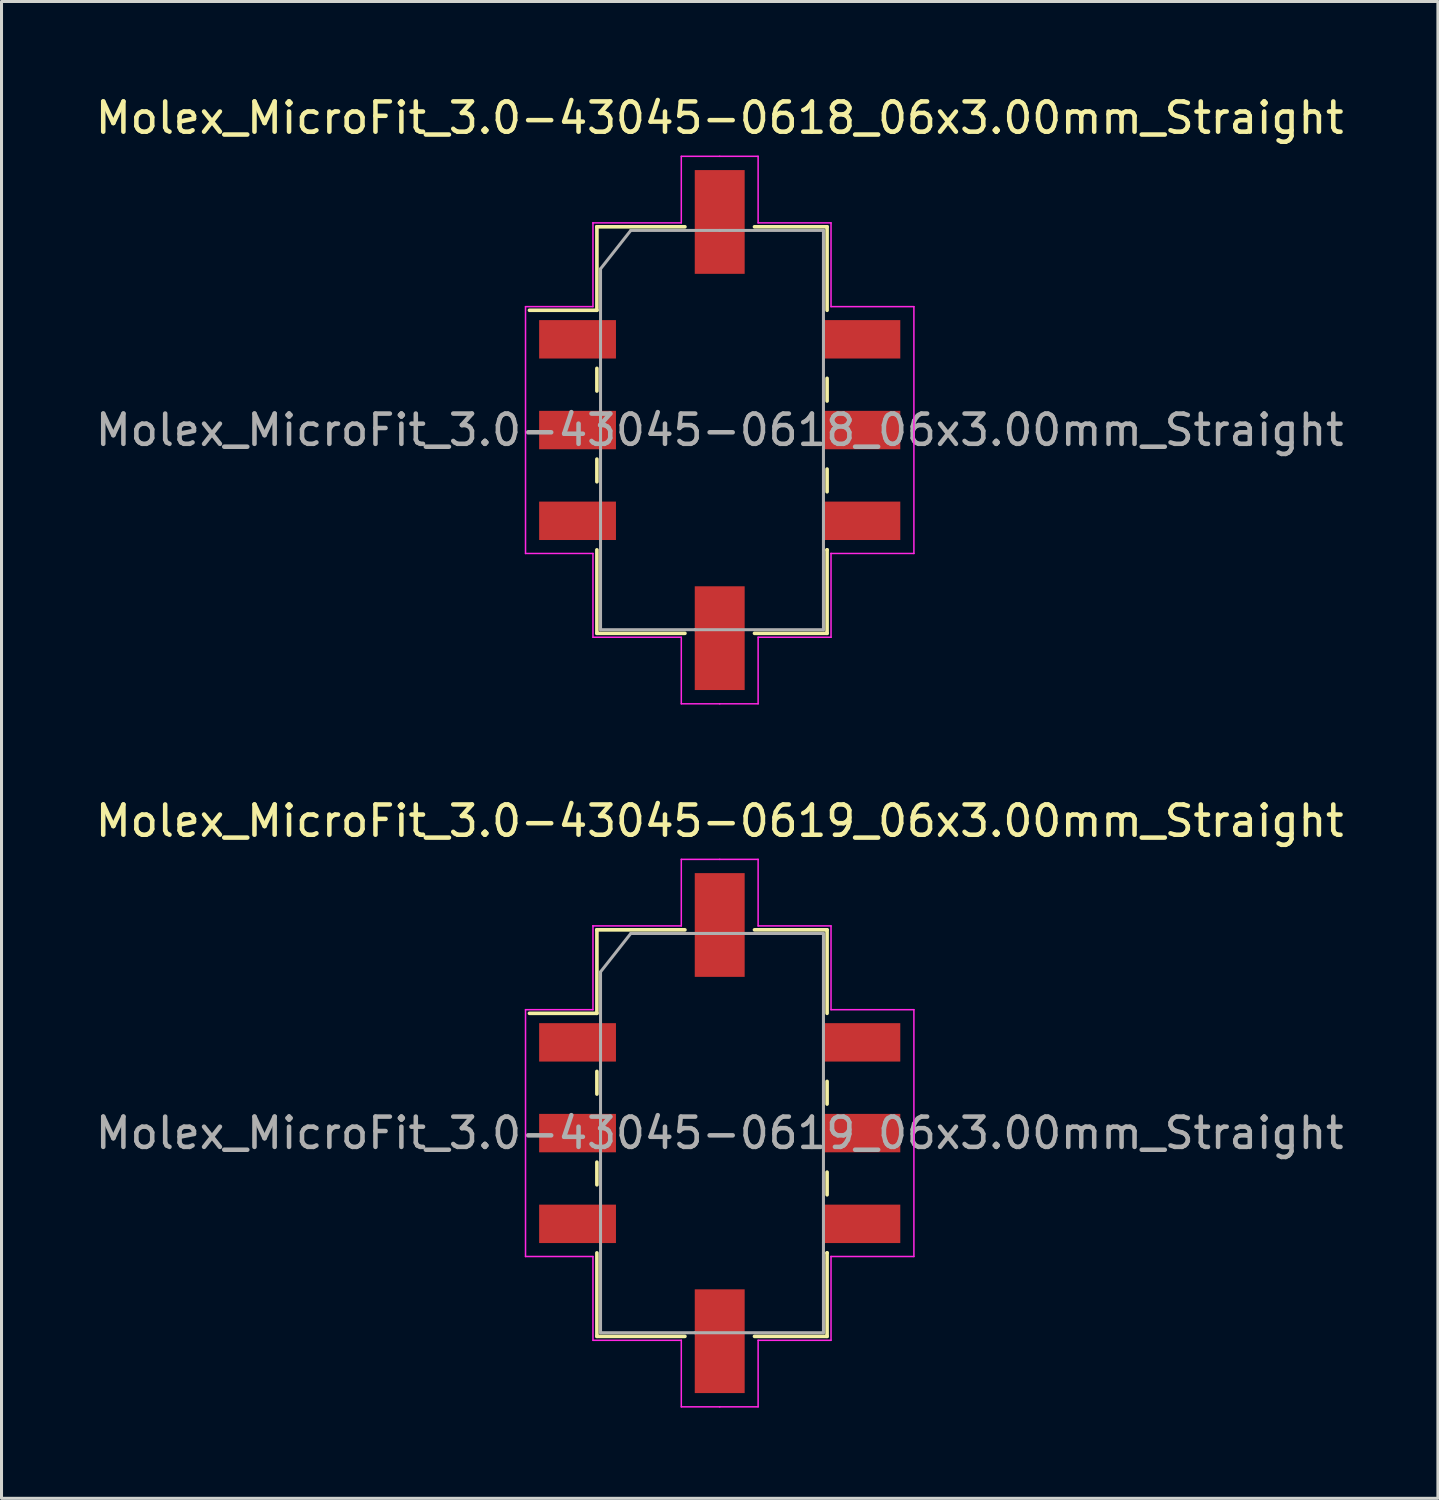
<source format=kicad_pcb>
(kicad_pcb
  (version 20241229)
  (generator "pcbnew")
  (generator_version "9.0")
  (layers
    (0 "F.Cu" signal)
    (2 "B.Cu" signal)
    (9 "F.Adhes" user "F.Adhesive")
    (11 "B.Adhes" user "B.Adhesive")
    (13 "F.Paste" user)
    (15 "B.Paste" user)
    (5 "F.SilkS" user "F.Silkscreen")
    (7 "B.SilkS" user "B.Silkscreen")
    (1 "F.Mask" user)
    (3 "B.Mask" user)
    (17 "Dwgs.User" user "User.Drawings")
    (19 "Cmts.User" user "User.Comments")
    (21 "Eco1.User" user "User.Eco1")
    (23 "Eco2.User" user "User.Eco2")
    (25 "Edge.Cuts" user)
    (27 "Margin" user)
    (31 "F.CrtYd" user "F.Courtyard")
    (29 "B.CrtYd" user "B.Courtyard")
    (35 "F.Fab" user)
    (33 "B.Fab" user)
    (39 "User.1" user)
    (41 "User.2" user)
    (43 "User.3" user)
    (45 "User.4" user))
  (footprint "Molex_MicroFit_3.0-43045-0619_06x3.00mm_Straight"
    (layer "F.Cu")
    (at 20.744 34.411)
    (property "Reference" "Molex_MicroFit_3.0-43045-0619_06x3.00mm_Straight" (at 0 -10.32 0) (layer "F.SilkS") (effects (font (size 1 1) (thickness 0.15))))
    (attr smd)
    (fp_line (start -6.29 -3.96) (end -4.06 -3.96) (stroke (width 0.12) (type solid)) (layer "F.SilkS"))
    (fp_line (start -4.06 -6.72) (end -4.06 -6.72) (stroke (width 0.12) (type solid)) (layer "F.SilkS"))
    (fp_line (start -4.06 -6.72) (end -1.15 -6.72) (stroke (width 0.12) (type solid)) (layer "F.SilkS"))
    (fp_line (start -4.06 -3.96) (end -4.06 -6.72) (stroke (width 0.12) (type solid)) (layer "F.SilkS"))
    (fp_line (start -4.06 -2.04) (end -4.06 -1.29) (stroke (width 0.12) (type solid)) (layer "F.SilkS"))
    (fp_line (start -4.06 0.96) (end -4.06 1.71) (stroke (width 0.12) (type solid)) (layer "F.SilkS"))
    (fp_line (start -4.06 6.72) (end -4.06 3.96) (stroke (width 0.12) (type solid)) (layer "F.SilkS"))
    (fp_line (start -1.15 6.72) (end -4.06 6.72) (stroke (width 0.12) (type solid)) (layer "F.SilkS"))
    (fp_line (start 1.15 -6.72) (end 3.55 -6.72) (stroke (width 0.12) (type solid)) (layer "F.SilkS"))
    (fp_line (start 3.55 -6.72) (end 3.55 -3.96) (stroke (width 0.12) (type solid)) (layer "F.SilkS"))
    (fp_line (start 3.55 -0.96) (end 3.55 -1.71) (stroke (width 0.12) (type solid)) (layer "F.SilkS"))
    (fp_line (start 3.55 2.04) (end 3.55 1.29) (stroke (width 0.12) (type solid)) (layer "F.SilkS"))
    (fp_line (start 3.55 3.96) (end 3.55 3.96) (stroke (width 0.12) (type solid)) (layer "F.SilkS"))
    (fp_line (start 3.55 3.96) (end 3.55 6.72) (stroke (width 0.12) (type solid)) (layer "F.SilkS"))
    (fp_line (start 3.55 6.72) (end 1.15 6.72) (stroke (width 0.12) (type solid)) (layer "F.SilkS"))
    (fp_line (start -6.42 -4.08) (end -4.19 -4.08) (stroke (width 0.05) (type solid)) (layer "F.CrtYd"))
    (fp_line (start -6.42 4.08) (end -6.42 -4.08) (stroke (width 0.05) (type solid)) (layer "F.CrtYd"))
    (fp_line (start -4.19 -6.85) (end -4.19 -6.85) (stroke (width 0.05) (type solid)) (layer "F.CrtYd"))
    (fp_line (start -4.19 -6.85) (end -1.27 -6.85) (stroke (width 0.05) (type solid)) (layer "F.CrtYd"))
    (fp_line (start -4.19 -4.08) (end -4.19 -6.85) (stroke (width 0.05) (type solid)) (layer "F.CrtYd"))
    (fp_line (start -4.19 4.08) (end -6.42 4.08) (stroke (width 0.05) (type solid)) (layer "F.CrtYd"))
    (fp_line (start -4.19 6.85) (end -4.19 4.08) (stroke (width 0.05) (type solid)) (layer "F.CrtYd"))
    (fp_line (start -1.27 -9.05) (end 0 -9.05) (stroke (width 0.05) (type solid)) (layer "F.CrtYd"))
    (fp_line (start -1.27 -6.85) (end -1.27 -9.05) (stroke (width 0.05) (type solid)) (layer "F.CrtYd"))
    (fp_line (start -1.27 6.85) (end -4.19 6.85) (stroke (width 0.05) (type solid)) (layer "F.CrtYd"))
    (fp_line (start -1.27 9.05) (end -1.27 6.85) (stroke (width 0.05) (type solid)) (layer "F.CrtYd"))
    (fp_line (start 0 -9.05) (end 1.27 -9.05) (stroke (width 0.05) (type solid)) (layer "F.CrtYd"))
    (fp_line (start 0 9.05) (end -1.27 9.05) (stroke (width 0.05) (type solid)) (layer "F.CrtYd"))
    (fp_line (start 1.27 -9.05) (end 1.27 -6.85) (stroke (width 0.05) (type solid)) (layer "F.CrtYd"))
    (fp_line (start 1.27 -6.85) (end 3.68 -6.85) (stroke (width 0.05) (type solid)) (layer "F.CrtYd"))
    (fp_line (start 1.27 6.85) (end 1.27 9.05) (stroke (width 0.05) (type solid)) (layer "F.CrtYd"))
    (fp_line (start 1.27 9.05) (end 0 9.05) (stroke (width 0.05) (type solid)) (layer "F.CrtYd"))
    (fp_line (start 3.68 -6.85) (end 3.68 -4.08) (stroke (width 0.05) (type solid)) (layer "F.CrtYd"))
    (fp_line (start 3.68 -4.08) (end 6.42 -4.08) (stroke (width 0.05) (type solid)) (layer "F.CrtYd"))
    (fp_line (start 3.68 4.08) (end 3.68 4.08) (stroke (width 0.05) (type solid)) (layer "F.CrtYd"))
    (fp_line (start 3.68 4.08) (end 3.68 6.85) (stroke (width 0.05) (type solid)) (layer "F.CrtYd"))
    (fp_line (start 3.68 6.85) (end 1.27 6.85) (stroke (width 0.05) (type solid)) (layer "F.CrtYd"))
    (fp_line (start 6.42 -4.08) (end 6.42 4.08) (stroke (width 0.05) (type solid)) (layer "F.CrtYd"))
    (fp_line (start 6.42 4.08) (end 3.68 4.08) (stroke (width 0.05) (type solid)) (layer "F.CrtYd"))
    (fp_line (start -3.94 -5.33) (end -2.94 -6.6) (stroke (width 0.1) (type solid)) (layer "F.Fab"))
    (fp_line (start -3.94 3.63) (end -3.94 -5.33) (stroke (width 0.1) (type solid)) (layer "F.Fab"))
    (fp_line (start -3.94 6.6) (end -3.94 3.63) (stroke (width 0.1) (type solid)) (layer "F.Fab"))
    (fp_line (start -2.94 -6.6) (end 0 -6.6) (stroke (width 0.1) (type solid)) (layer "F.Fab"))
    (fp_line (start -0.82 6.6) (end -3.94 6.6) (stroke (width 0.1) (type solid)) (layer "F.Fab"))
    (fp_line (start 0 -6.6) (end 3.43 -6.6) (stroke (width 0.1) (type solid)) (layer "F.Fab"))
    (fp_line (start 3.43 -6.6) (end 3.43 -3.63) (stroke (width 0.1) (type solid)) (layer "F.Fab"))
    (fp_line (start 3.43 -3.63) (end 3.43 3.63) (stroke (width 0.1) (type solid)) (layer "F.Fab"))
    (fp_line (start 3.43 3.63) (end 3.43 6.6) (stroke (width 0.1) (type solid)) (layer "F.Fab"))
    (fp_line (start 3.43 6.6) (end -0.82 6.6) (stroke (width 0.1) (type solid)) (layer "F.Fab"))
    (fp_text user "${REFERENCE}" (at 0 0 0) (layer "F.Fab") (effects (font (size 1 1) (thickness 0.15))))
    (pad "" smd rect (at 0 -6.88) (size 1.65 3.43) (layers "F.Cu" "F.Mask" "F.Paste"))
    (pad "" smd rect (at 0 6.88) (size 1.65 3.43) (layers "F.Cu" "F.Mask" "F.Paste"))
    (pad "1" smd rect (at -4.7 -3) (size 2.54 1.27) (layers "F.Cu" "F.Mask" "F.Paste"))
    (pad "2" smd rect (at -4.7 0) (size 2.54 1.27) (layers "F.Cu" "F.Mask" "F.Paste"))
    (pad "3" smd rect (at -4.7 3) (size 2.54 1.27) (layers "F.Cu" "F.Mask" "F.Paste"))
    (pad "4" smd rect (at 4.7 3) (size 2.54 1.27) (layers "F.Cu" "F.Mask" "F.Paste"))
    (pad "5" smd rect (at 4.7 0) (size 2.54 1.27) (layers "F.Cu" "F.Mask" "F.Paste"))
    (pad "6" smd rect (at 4.7 -3) (size 2.54 1.27) (layers "F.Cu" "F.Mask" "F.Paste")))
  (footprint "Molex_MicroFit_3.0-43045-0618_06x3.00mm_Straight"
    (layer "F.Cu")
    (at 20.744 11.168)
    (property "Reference" "Molex_MicroFit_3.0-43045-0618_06x3.00mm_Straight" (at 0 -10.32 0) (layer "F.SilkS") (effects (font (size 1 1) (thickness 0.15))))
    (attr smd)
    (fp_line (start -6.29 -3.96) (end -4.06 -3.96) (stroke (width 0.12) (type solid)) (layer "F.SilkS"))
    (fp_line (start -4.06 -6.72) (end -4.06 -6.72) (stroke (width 0.12) (type solid)) (layer "F.SilkS"))
    (fp_line (start -4.06 -6.72) (end -1.15 -6.72) (stroke (width 0.12) (type solid)) (layer "F.SilkS"))
    (fp_line (start -4.06 -3.96) (end -4.06 -6.72) (stroke (width 0.12) (type solid)) (layer "F.SilkS"))
    (fp_line (start -4.06 -2.04) (end -4.06 -1.29) (stroke (width 0.12) (type solid)) (layer "F.SilkS"))
    (fp_line (start -4.06 0.96) (end -4.06 1.71) (stroke (width 0.12) (type solid)) (layer "F.SilkS"))
    (fp_line (start -4.06 6.72) (end -4.06 3.96) (stroke (width 0.12) (type solid)) (layer "F.SilkS"))
    (fp_line (start -1.15 6.72) (end -4.06 6.72) (stroke (width 0.12) (type solid)) (layer "F.SilkS"))
    (fp_line (start 1.15 -6.72) (end 3.55 -6.72) (stroke (width 0.12) (type solid)) (layer "F.SilkS"))
    (fp_line (start 3.55 -6.72) (end 3.55 -3.96) (stroke (width 0.12) (type solid)) (layer "F.SilkS"))
    (fp_line (start 3.55 -0.96) (end 3.55 -1.71) (stroke (width 0.12) (type solid)) (layer "F.SilkS"))
    (fp_line (start 3.55 2.04) (end 3.55 1.29) (stroke (width 0.12) (type solid)) (layer "F.SilkS"))
    (fp_line (start 3.55 3.96) (end 3.55 3.96) (stroke (width 0.12) (type solid)) (layer "F.SilkS"))
    (fp_line (start 3.55 3.96) (end 3.55 6.72) (stroke (width 0.12) (type solid)) (layer "F.SilkS"))
    (fp_line (start 3.55 6.72) (end 1.15 6.72) (stroke (width 0.12) (type solid)) (layer "F.SilkS"))
    (fp_line (start -6.42 -4.08) (end -4.19 -4.08) (stroke (width 0.05) (type solid)) (layer "F.CrtYd"))
    (fp_line (start -6.42 4.08) (end -6.42 -4.08) (stroke (width 0.05) (type solid)) (layer "F.CrtYd"))
    (fp_line (start -4.19 -6.85) (end -4.19 -6.85) (stroke (width 0.05) (type solid)) (layer "F.CrtYd"))
    (fp_line (start -4.19 -6.85) (end -1.27 -6.85) (stroke (width 0.05) (type solid)) (layer "F.CrtYd"))
    (fp_line (start -4.19 -4.08) (end -4.19 -6.85) (stroke (width 0.05) (type solid)) (layer "F.CrtYd"))
    (fp_line (start -4.19 4.08) (end -6.42 4.08) (stroke (width 0.05) (type solid)) (layer "F.CrtYd"))
    (fp_line (start -4.19 6.85) (end -4.19 4.08) (stroke (width 0.05) (type solid)) (layer "F.CrtYd"))
    (fp_line (start -1.27 -9.05) (end 0 -9.05) (stroke (width 0.05) (type solid)) (layer "F.CrtYd"))
    (fp_line (start -1.27 -6.85) (end -1.27 -9.05) (stroke (width 0.05) (type solid)) (layer "F.CrtYd"))
    (fp_line (start -1.27 6.85) (end -4.19 6.85) (stroke (width 0.05) (type solid)) (layer "F.CrtYd"))
    (fp_line (start -1.27 9.05) (end -1.27 6.85) (stroke (width 0.05) (type solid)) (layer "F.CrtYd"))
    (fp_line (start 0 -9.05) (end 1.27 -9.05) (stroke (width 0.05) (type solid)) (layer "F.CrtYd"))
    (fp_line (start 0 9.05) (end -1.27 9.05) (stroke (width 0.05) (type solid)) (layer "F.CrtYd"))
    (fp_line (start 1.27 -9.05) (end 1.27 -6.85) (stroke (width 0.05) (type solid)) (layer "F.CrtYd"))
    (fp_line (start 1.27 -6.85) (end 3.68 -6.85) (stroke (width 0.05) (type solid)) (layer "F.CrtYd"))
    (fp_line (start 1.27 6.85) (end 1.27 9.05) (stroke (width 0.05) (type solid)) (layer "F.CrtYd"))
    (fp_line (start 1.27 9.05) (end 0 9.05) (stroke (width 0.05) (type solid)) (layer "F.CrtYd"))
    (fp_line (start 3.68 -6.85) (end 3.68 -4.08) (stroke (width 0.05) (type solid)) (layer "F.CrtYd"))
    (fp_line (start 3.68 -4.08) (end 6.42 -4.08) (stroke (width 0.05) (type solid)) (layer "F.CrtYd"))
    (fp_line (start 3.68 4.08) (end 3.68 4.08) (stroke (width 0.05) (type solid)) (layer "F.CrtYd"))
    (fp_line (start 3.68 4.08) (end 3.68 6.85) (stroke (width 0.05) (type solid)) (layer "F.CrtYd"))
    (fp_line (start 3.68 6.85) (end 1.27 6.85) (stroke (width 0.05) (type solid)) (layer "F.CrtYd"))
    (fp_line (start 6.42 -4.08) (end 6.42 4.08) (stroke (width 0.05) (type solid)) (layer "F.CrtYd"))
    (fp_line (start 6.42 4.08) (end 3.68 4.08) (stroke (width 0.05) (type solid)) (layer "F.CrtYd"))
    (fp_line (start -3.94 -5.33) (end -2.94 -6.6) (stroke (width 0.1) (type solid)) (layer "F.Fab"))
    (fp_line (start -3.94 3.63) (end -3.94 -5.33) (stroke (width 0.1) (type solid)) (layer "F.Fab"))
    (fp_line (start -3.94 6.6) (end -3.94 3.63) (stroke (width 0.1) (type solid)) (layer "F.Fab"))
    (fp_line (start -2.94 -6.6) (end 0 -6.6) (stroke (width 0.1) (type solid)) (layer "F.Fab"))
    (fp_line (start -0.82 6.6) (end -3.94 6.6) (stroke (width 0.1) (type solid)) (layer "F.Fab"))
    (fp_line (start 0 -6.6) (end 3.43 -6.6) (stroke (width 0.1) (type solid)) (layer "F.Fab"))
    (fp_line (start 3.43 -6.6) (end 3.43 -3.63) (stroke (width 0.1) (type solid)) (layer "F.Fab"))
    (fp_line (start 3.43 -3.63) (end 3.43 3.63) (stroke (width 0.1) (type solid)) (layer "F.Fab"))
    (fp_line (start 3.43 3.63) (end 3.43 6.6) (stroke (width 0.1) (type solid)) (layer "F.Fab"))
    (fp_line (start 3.43 6.6) (end -0.82 6.6) (stroke (width 0.1) (type solid)) (layer "F.Fab"))
    (fp_text user "${REFERENCE}" (at 0 0 0) (layer "F.Fab") (effects (font (size 1 1) (thickness 0.15))))
    (pad "" smd rect (at 0 -6.88) (size 1.65 3.43) (layers "F.Cu" "F.Mask" "F.Paste"))
    (pad "" smd rect (at 0 6.88) (size 1.65 3.43) (layers "F.Cu" "F.Mask" "F.Paste"))
    (pad "1" smd rect (at -4.7 -3) (size 2.54 1.27) (layers "F.Cu" "F.Mask" "F.Paste"))
    (pad "2" smd rect (at -4.7 0) (size 2.54 1.27) (layers "F.Cu" "F.Mask" "F.Paste"))
    (pad "3" smd rect (at -4.7 3) (size 2.54 1.27) (layers "F.Cu" "F.Mask" "F.Paste"))
    (pad "4" smd rect (at 4.7 3) (size 2.54 1.27) (layers "F.Cu" "F.Mask" "F.Paste"))
    (pad "5" smd rect (at 4.7 0) (size 2.54 1.27) (layers "F.Cu" "F.Mask" "F.Paste"))
    (pad "6" smd rect (at 4.7 -3) (size 2.54 1.27) (layers "F.Cu" "F.Mask" "F.Paste")))
  (gr_rect
    (start -3 -3)
    (end 44.488 46.486)
    (stroke (width 0.1) (type default))
    (fill no)
    (layer "Edge.Cuts")))
</source>
